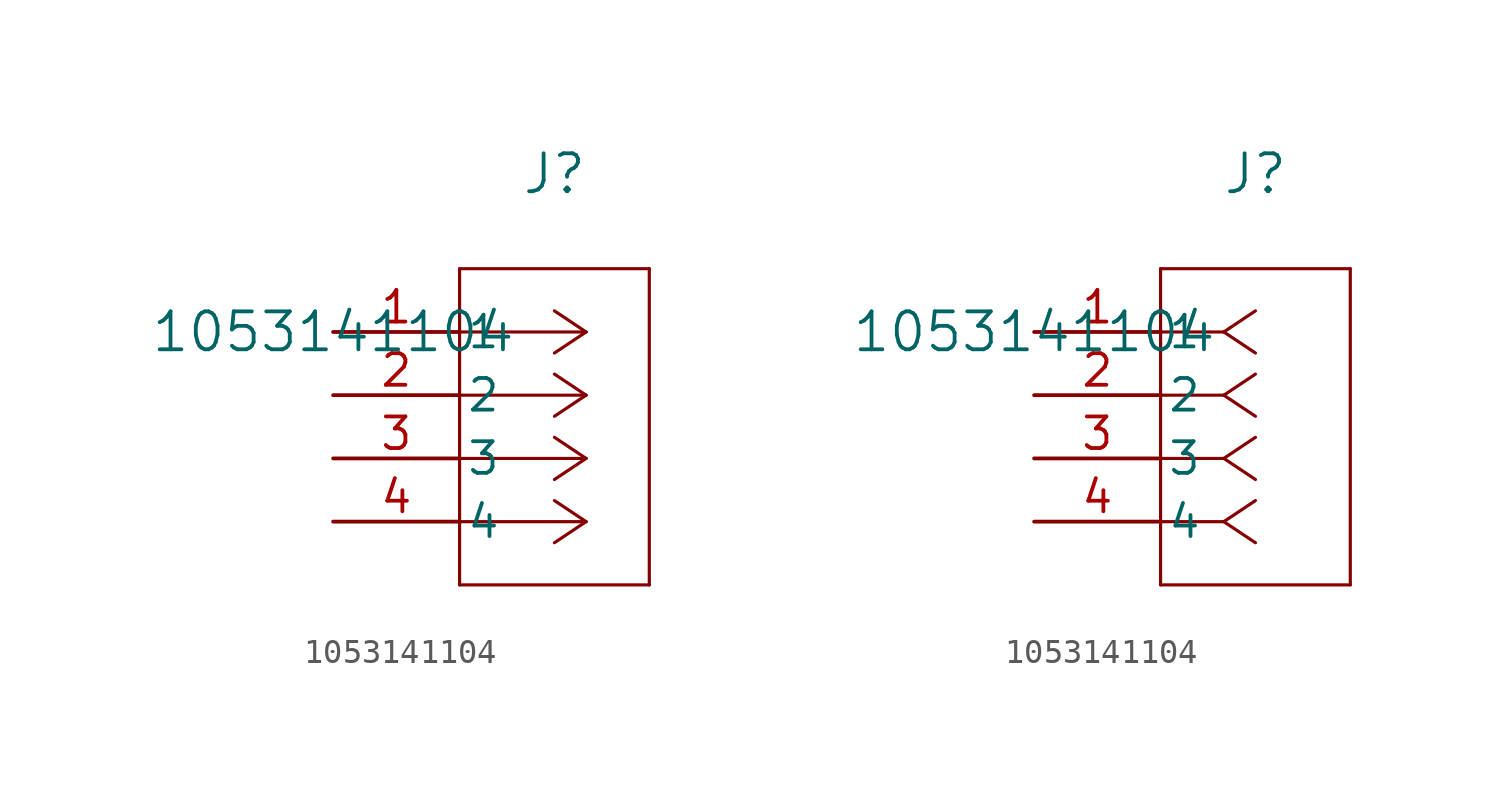
<source format=kicad_sym>
(kicad_symbol_lib
  (version 20211014)
  (generator kicad_symbol_editor)
  (symbol "1053141104"
    (pin_names
      (offset 0.254))
    (property "Reference" "J"
      (at 8.89 6.35 0)
      (effects (font (size 1.524 1.524))))
    (property "Value" "1053141104"
      (at 0 0 0)
      (effects (font (size 1.524 1.524))))
    (symbol "1053141104_1_1"
      (polyline (pts (xy 10.16 0) (xy 5.08 0)) (stroke (width 0.127) (type default) (color 0 0 0 0)) (fill (type none)))
      (polyline (pts (xy 10.16 -2.54) (xy 5.08 -2.54)) (stroke (width 0.127) (type default) (color 0 0 0 0)) (fill (type none)))
      (polyline (pts (xy 10.16 -5.08) (xy 5.08 -5.08)) (stroke (width 0.127) (type default) (color 0 0 0 0)) (fill (type none)))
      (polyline (pts (xy 10.16 -7.62) (xy 5.08 -7.62)) (stroke (width 0.127) (type default) (color 0 0 0 0)) (fill (type none)))
      (polyline (pts (xy 10.16 0) (xy 8.89 0.847)) (stroke (width 0.127) (type default) (color 0 0 0 0)) (fill (type none)))
      (polyline (pts (xy 10.16 -2.54) (xy 8.89 -1.693)) (stroke (width 0.127) (type default) (color 0 0 0 0)) (fill (type none)))
      (polyline (pts (xy 10.16 -5.08) (xy 8.89 -4.233)) (stroke (width 0.127) (type default) (color 0 0 0 0)) (fill (type none)))
      (polyline (pts (xy 10.16 -7.62) (xy 8.89 -6.773)) (stroke (width 0.127) (type default) (color 0 0 0 0)) (fill (type none)))
      (polyline (pts (xy 10.16 0) (xy 8.89 -0.847)) (stroke (width 0.127) (type default) (color 0 0 0 0)) (fill (type none)))
      (polyline (pts (xy 10.16 -2.54) (xy 8.89 -3.387)) (stroke (width 0.127) (type default) (color 0 0 0 0)) (fill (type none)))
      (polyline (pts (xy 10.16 -5.08) (xy 8.89 -5.927)) (stroke (width 0.127) (type default) (color 0 0 0 0)) (fill (type none)))
      (polyline (pts (xy 10.16 -7.62) (xy 8.89 -8.467)) (stroke (width 0.127) (type default) (color 0 0 0 0)) (fill (type none)))
      (polyline (pts (xy 5.08 2.54) (xy 5.08 -10.16)) (stroke (width 0.127) (type default) (color 0 0 0 0)) (fill (type none)))
      (polyline (pts (xy 5.08 -10.16) (xy 12.7 -10.16)) (stroke (width 0.127) (type default) (color 0 0 0 0)) (fill (type none)))
      (polyline (pts (xy 12.7 -10.16) (xy 12.7 2.54)) (stroke (width 0.127) (type default) (color 0 0 0 0)) (fill (type none)))
      (polyline (pts (xy 12.7 2.54) (xy 5.08 2.54)) (stroke (width 0.127) (type default) (color 0 0 0 0)) (fill (type none)))
      (pin unspecified line (at 0 0 0) (length 5.08) (name "1" (effects (font (size 1.27 1.27)))) (number "1" (effects (font (size 1.27 1.27)))))
      (pin unspecified line (at 0 -2.54 0) (length 5.08) (name "2" (effects (font (size 1.27 1.27)))) (number "2" (effects (font (size 1.27 1.27)))))
      (pin unspecified line (at 0 -5.08 0) (length 5.08) (name "3" (effects (font (size 1.27 1.27)))) (number "3" (effects (font (size 1.27 1.27)))))
      (pin unspecified line (at 0 -7.62 0) (length 5.08) (name "4" (effects (font (size 1.27 1.27)))) (number "4" (effects (font (size 1.27 1.27))))))
    (symbol "1053141104_1_2"
      (polyline (pts (xy 7.62 0) (xy 5.08 0)) (stroke (width 0.127) (type default) (color 0 0 0 0)) (fill (type none)))
      (polyline (pts (xy 7.62 -2.54) (xy 5.08 -2.54)) (stroke (width 0.127) (type default) (color 0 0 0 0)) (fill (type none)))
      (polyline (pts (xy 7.62 -5.08) (xy 5.08 -5.08)) (stroke (width 0.127) (type default) (color 0 0 0 0)) (fill (type none)))
      (polyline (pts (xy 7.62 -7.62) (xy 5.08 -7.62)) (stroke (width 0.127) (type default) (color 0 0 0 0)) (fill (type none)))
      (polyline (pts (xy 7.62 0) (xy 8.89 0.847)) (stroke (width 0.127) (type default) (color 0 0 0 0)) (fill (type none)))
      (polyline (pts (xy 7.62 -2.54) (xy 8.89 -1.693)) (stroke (width 0.127) (type default) (color 0 0 0 0)) (fill (type none)))
      (polyline (pts (xy 7.62 -5.08) (xy 8.89 -4.233)) (stroke (width 0.127) (type default) (color 0 0 0 0)) (fill (type none)))
      (polyline (pts (xy 7.62 -7.62) (xy 8.89 -6.773)) (stroke (width 0.127) (type default) (color 0 0 0 0)) (fill (type none)))
      (polyline (pts (xy 7.62 0) (xy 8.89 -0.847)) (stroke (width 0.127) (type default) (color 0 0 0 0)) (fill (type none)))
      (polyline (pts (xy 7.62 -2.54) (xy 8.89 -3.387)) (stroke (width 0.127) (type default) (color 0 0 0 0)) (fill (type none)))
      (polyline (pts (xy 7.62 -5.08) (xy 8.89 -5.927)) (stroke (width 0.127) (type default) (color 0 0 0 0)) (fill (type none)))
      (polyline (pts (xy 7.62 -7.62) (xy 8.89 -8.467)) (stroke (width 0.127) (type default) (color 0 0 0 0)) (fill (type none)))
      (polyline (pts (xy 5.08 2.54) (xy 5.08 -10.16)) (stroke (width 0.127) (type default) (color 0 0 0 0)) (fill (type none)))
      (polyline (pts (xy 5.08 -10.16) (xy 12.7 -10.16)) (stroke (width 0.127) (type default) (color 0 0 0 0)) (fill (type none)))
      (polyline (pts (xy 12.7 -10.16) (xy 12.7 2.54)) (stroke (width 0.127) (type default) (color 0 0 0 0)) (fill (type none)))
      (polyline (pts (xy 12.7 2.54) (xy 5.08 2.54)) (stroke (width 0.127) (type default) (color 0 0 0 0)) (fill (type none)))
      (pin unspecified line (at 0 0 0) (length 5.08) (name "1" (effects (font (size 1.27 1.27)))) (number "1" (effects (font (size 1.27 1.27)))))
      (pin unspecified line (at 0 -2.54 0) (length 5.08) (name "2" (effects (font (size 1.27 1.27)))) (number "2" (effects (font (size 1.27 1.27)))))
      (pin unspecified line (at 0 -5.08 0) (length 5.08) (name "3" (effects (font (size 1.27 1.27)))) (number "3" (effects (font (size 1.27 1.27)))))
      (pin unspecified line (at 0 -7.62 0) (length 5.08) (name "4" (effects (font (size 1.27 1.27)))) (number "4" (effects (font (size 1.27 1.27))))))))
</source>
